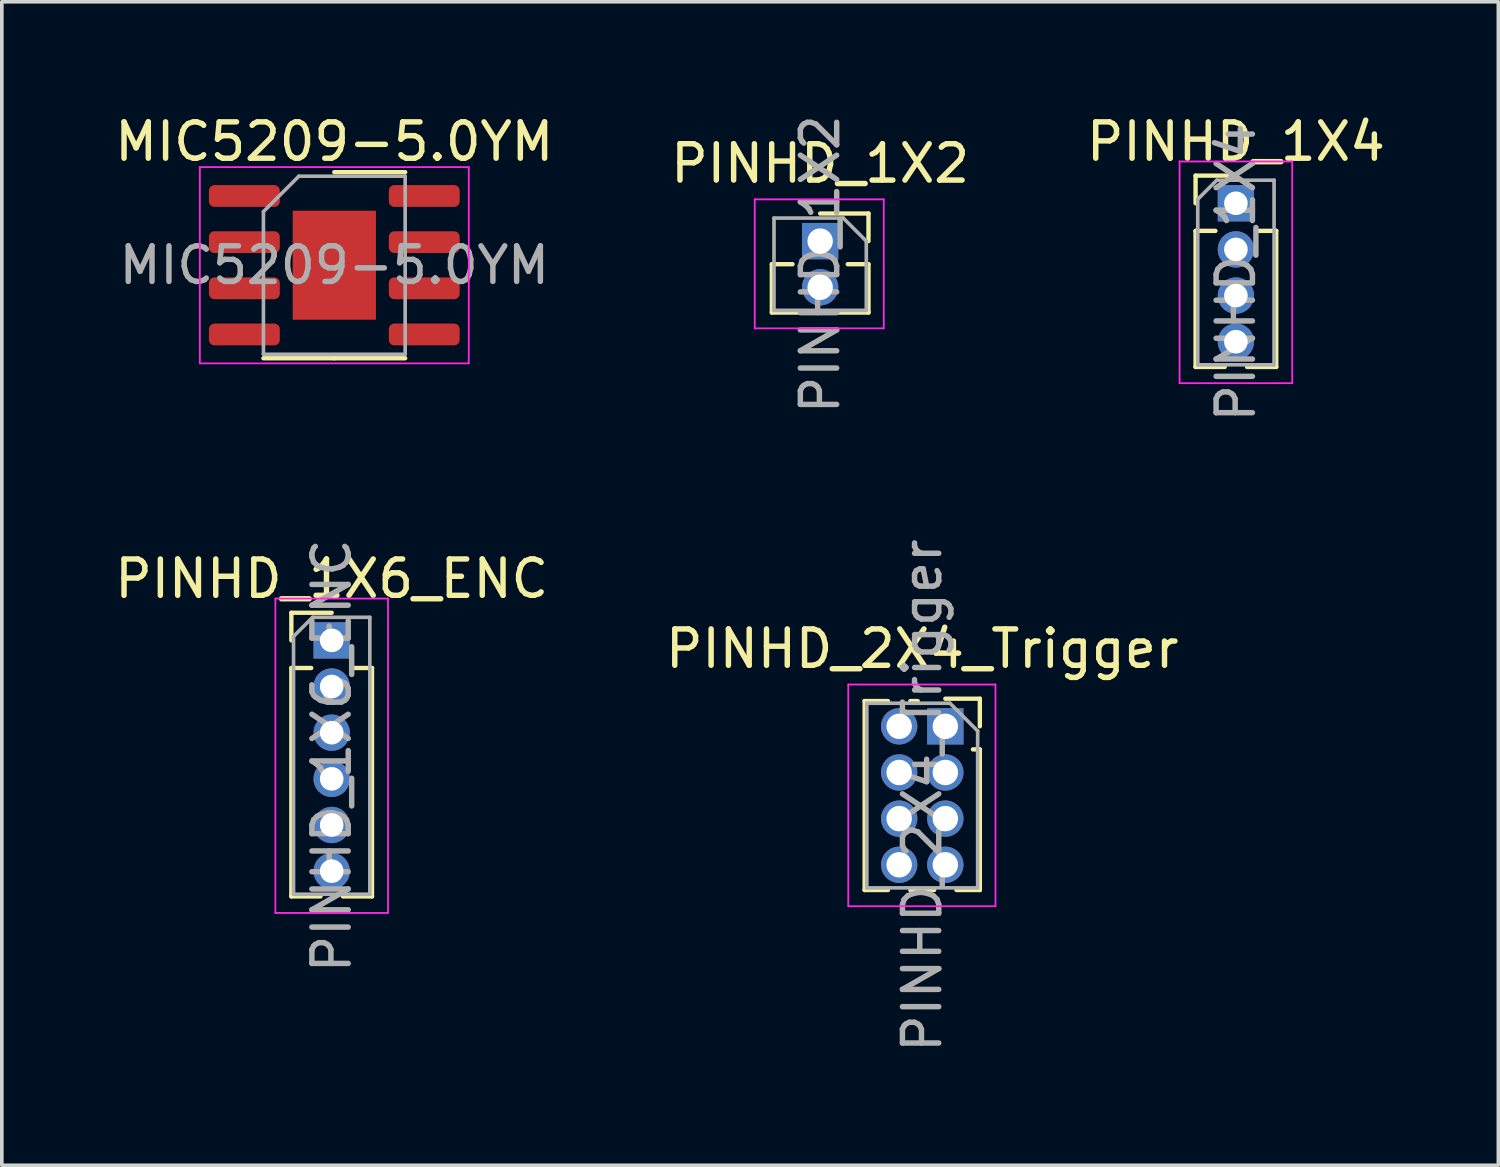
<source format=kicad_pcb>
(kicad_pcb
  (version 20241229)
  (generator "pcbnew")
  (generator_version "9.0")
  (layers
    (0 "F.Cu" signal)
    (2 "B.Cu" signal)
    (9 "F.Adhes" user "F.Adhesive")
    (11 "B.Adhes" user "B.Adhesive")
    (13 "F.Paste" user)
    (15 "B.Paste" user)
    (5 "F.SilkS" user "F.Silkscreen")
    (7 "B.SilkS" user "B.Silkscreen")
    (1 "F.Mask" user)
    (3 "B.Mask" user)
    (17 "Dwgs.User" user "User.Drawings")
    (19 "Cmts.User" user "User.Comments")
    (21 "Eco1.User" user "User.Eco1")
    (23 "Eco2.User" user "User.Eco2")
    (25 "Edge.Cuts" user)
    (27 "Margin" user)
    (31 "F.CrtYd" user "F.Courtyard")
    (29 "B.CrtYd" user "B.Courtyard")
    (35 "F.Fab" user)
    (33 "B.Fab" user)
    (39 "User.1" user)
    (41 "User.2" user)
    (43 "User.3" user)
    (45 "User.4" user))
  (footprint "PINHD_2X4_Trigger"
    (layer "F.Cu")
    (at 22.962 16.936)
    (property "Reference" "PINHD_2X4_Trigger" (at -0.635 -2.135 0) (layer "F.SilkS") (effects (font (size 1 1) (thickness 0.15))))
    (attr through_hole)
    (fp_line (start -2.22 -0.695) (end -2.22 4.505) (stroke (width 0.12) (type solid)) (layer "F.SilkS"))
    (fp_line (start -2.22 -0.695) (end -1.578 -0.695) (stroke (width 0.12) (type solid)) (layer "F.SilkS"))
    (fp_line (start -2.22 4.505) (end -1.578 4.505) (stroke (width 0.12) (type solid)) (layer "F.SilkS"))
    (fp_line (start -0.962 -0.695) (end -0.76 -0.695) (stroke (width 0.12) (type solid)) (layer "F.SilkS"))
    (fp_line (start -0.962 4.505) (end -0.308 4.505) (stroke (width 0.12) (type solid)) (layer "F.SilkS"))
    (fp_line (start 0 -0.76) (end 0.95 -0.76) (stroke (width 0.12) (type solid)) (layer "F.SilkS"))
    (fp_line (start 0.308 4.505) (end 0.95 4.505) (stroke (width 0.12) (type solid)) (layer "F.SilkS"))
    (fp_line (start 0.76 0.635) (end 0.95 0.635) (stroke (width 0.12) (type solid)) (layer "F.SilkS"))
    (fp_line (start 0.95 -0.76) (end 0.95 0) (stroke (width 0.12) (type solid)) (layer "F.SilkS"))
    (fp_line (start 0.95 0.635) (end 0.95 4.505) (stroke (width 0.12) (type solid)) (layer "F.SilkS"))
    (fp_line (start -2.67 -1.15) (end 1.38 -1.15) (stroke (width 0.05) (type solid)) (layer "F.CrtYd"))
    (fp_line (start -2.67 4.95) (end -2.67 -1.15) (stroke (width 0.05) (type solid)) (layer "F.CrtYd"))
    (fp_line (start 1.38 -1.15) (end 1.38 4.95) (stroke (width 0.05) (type solid)) (layer "F.CrtYd"))
    (fp_line (start 1.38 4.95) (end -2.67 4.95) (stroke (width 0.05) (type solid)) (layer "F.CrtYd"))
    (fp_line (start -2.16 -0.635) (end 0.128 -0.635) (stroke (width 0.1) (type solid)) (layer "F.Fab"))
    (fp_line (start -2.16 4.445) (end -2.16 -0.635) (stroke (width 0.1) (type solid)) (layer "F.Fab"))
    (fp_line (start 0.128 -0.635) (end 0.89 0.128) (stroke (width 0.1) (type solid)) (layer "F.Fab"))
    (fp_line (start 0.89 0.128) (end 0.89 4.445) (stroke (width 0.1) (type solid)) (layer "F.Fab"))
    (fp_line (start 0.89 4.445) (end -2.16 4.445) (stroke (width 0.1) (type solid)) (layer "F.Fab"))
    (fp_text user "${REFERENCE}" (at -0.635 1.905 90) (layer "F.Fab") (effects (font (size 1 1) (thickness 0.15))))
    (pad "1" thru_hole rect (at 0 0) (size 1 1) (drill 0.7) (layers "*.Cu" "*.Mask"))
    (pad "2" thru_hole oval (at -1.27 0) (size 1 1) (drill 0.7) (layers "*.Cu" "*.Mask"))
    (pad "3" thru_hole oval (at 0 1.27) (size 1 1) (drill 0.7) (layers "*.Cu" "*.Mask"))
    (pad "4" thru_hole oval (at -1.27 1.27) (size 1 1) (drill 0.7) (layers "*.Cu" "*.Mask"))
    (pad "5" thru_hole oval (at 0 2.54) (size 1 1) (drill 0.7) (layers "*.Cu" "*.Mask"))
    (pad "6" thru_hole oval (at -1.27 2.54) (size 1 1) (drill 0.7) (layers "*.Cu" "*.Mask"))
    (pad "7" thru_hole oval (at 0 3.81) (size 1 1) (drill 0.7) (layers "*.Cu" "*.Mask"))
    (pad "8" thru_hole oval (at -1.27 3.81) (size 1 1) (drill 0.7) (layers "*.Cu" "*.Mask")))
  (footprint "PINHD_1X4"
    (layer "F.Cu")
    (at 30.958 2.543)
    (property "Reference" "PINHD_1X4" (at 0 -1.695 0) (layer "F.SilkS") (effects (font (size 1 1) (thickness 0.15))))
    (attr through_hole)
    (fp_line (start -1.11 -0.76) (end 0 -0.76) (stroke (width 0.12) (type solid)) (layer "F.SilkS"))
    (fp_line (start -1.11 0) (end -1.11 -0.76) (stroke (width 0.12) (type solid)) (layer "F.SilkS"))
    (fp_line (start -1.11 0.76) (end -1.11 4.505) (stroke (width 0.12) (type solid)) (layer "F.SilkS"))
    (fp_line (start -1.11 0.76) (end -0.563 0.76) (stroke (width 0.12) (type solid)) (layer "F.SilkS"))
    (fp_line (start -1.11 4.505) (end -0.308 4.505) (stroke (width 0.12) (type solid)) (layer "F.SilkS"))
    (fp_line (start 0.308 4.505) (end 1.11 4.505) (stroke (width 0.12) (type solid)) (layer "F.SilkS"))
    (fp_line (start 0.563 0.76) (end 1.11 0.76) (stroke (width 0.12) (type solid)) (layer "F.SilkS"))
    (fp_line (start 1.11 0.76) (end 1.11 4.505) (stroke (width 0.12) (type solid)) (layer "F.SilkS"))
    (fp_line (start -1.55 -1.15) (end -1.55 4.95) (stroke (width 0.05) (type solid)) (layer "F.CrtYd"))
    (fp_line (start -1.55 4.95) (end 1.55 4.95) (stroke (width 0.05) (type solid)) (layer "F.CrtYd"))
    (fp_line (start 1.55 -1.15) (end -1.55 -1.15) (stroke (width 0.05) (type solid)) (layer "F.CrtYd"))
    (fp_line (start 1.55 4.95) (end 1.55 -1.15) (stroke (width 0.05) (type solid)) (layer "F.CrtYd"))
    (fp_line (start -1.05 -0.11) (end -0.525 -0.635) (stroke (width 0.1) (type solid)) (layer "F.Fab"))
    (fp_line (start -1.05 4.445) (end -1.05 -0.11) (stroke (width 0.1) (type solid)) (layer "F.Fab"))
    (fp_line (start -0.525 -0.635) (end 1.05 -0.635) (stroke (width 0.1) (type solid)) (layer "F.Fab"))
    (fp_line (start 1.05 -0.635) (end 1.05 4.445) (stroke (width 0.1) (type solid)) (layer "F.Fab"))
    (fp_line (start 1.05 4.445) (end -1.05 4.445) (stroke (width 0.1) (type solid)) (layer "F.Fab"))
    (fp_text user "${REFERENCE}" (at 0 1.905 90) (layer "F.Fab") (effects (font (size 1 1) (thickness 0.15))))
    (pad "1" thru_hole rect (at 0 0) (size 1 1) (drill 0.65) (layers "*.Cu" "*.Mask"))
    (pad "2" thru_hole oval (at 0 1.27) (size 1 1) (drill 0.65) (layers "*.Cu" "*.Mask"))
    (pad "3" thru_hole oval (at 0 2.54) (size 1 1) (drill 0.65) (layers "*.Cu" "*.Mask"))
    (pad "4" thru_hole oval (at 0 3.81) (size 1 1) (drill 0.65) (layers "*.Cu" "*.Mask")))
  (footprint "PINHD_1X6_ENC"
    (layer "F.Cu")
    (at 6.077 14.571)
    (property "Reference" "PINHD_1X6_ENC" (at 0 -1.695 0) (layer "F.SilkS") (effects (font (size 1 1) (thickness 0.15))))
    (attr through_hole)
    (fp_line (start -1.11 -0.76) (end 0 -0.76) (stroke (width 0.12) (type solid)) (layer "F.SilkS"))
    (fp_line (start -1.11 0) (end -1.11 -0.76) (stroke (width 0.12) (type solid)) (layer "F.SilkS"))
    (fp_line (start -1.11 0.76) (end -1.11 7.045) (stroke (width 0.12) (type solid)) (layer "F.SilkS"))
    (fp_line (start -1.11 0.76) (end -0.563 0.76) (stroke (width 0.12) (type solid)) (layer "F.SilkS"))
    (fp_line (start -1.11 7.045) (end -0.308 7.045) (stroke (width 0.12) (type solid)) (layer "F.SilkS"))
    (fp_line (start 0.308 7.045) (end 1.11 7.045) (stroke (width 0.12) (type solid)) (layer "F.SilkS"))
    (fp_line (start 0.563 0.76) (end 1.11 0.76) (stroke (width 0.12) (type solid)) (layer "F.SilkS"))
    (fp_line (start 1.11 0.76) (end 1.11 7.045) (stroke (width 0.12) (type solid)) (layer "F.SilkS"))
    (fp_line (start -1.55 -1.15) (end -1.55 7.5) (stroke (width 0.05) (type solid)) (layer "F.CrtYd"))
    (fp_line (start -1.55 7.5) (end 1.55 7.5) (stroke (width 0.05) (type solid)) (layer "F.CrtYd"))
    (fp_line (start 1.55 -1.15) (end -1.55 -1.15) (stroke (width 0.05) (type solid)) (layer "F.CrtYd"))
    (fp_line (start 1.55 7.5) (end 1.55 -1.15) (stroke (width 0.05) (type solid)) (layer "F.CrtYd"))
    (fp_line (start -1.05 -0.11) (end -0.525 -0.635) (stroke (width 0.1) (type solid)) (layer "F.Fab"))
    (fp_line (start -1.05 6.985) (end -1.05 -0.11) (stroke (width 0.1) (type solid)) (layer "F.Fab"))
    (fp_line (start -0.525 -0.635) (end 1.05 -0.635) (stroke (width 0.1) (type solid)) (layer "F.Fab"))
    (fp_line (start 1.05 -0.635) (end 1.05 6.985) (stroke (width 0.1) (type solid)) (layer "F.Fab"))
    (fp_line (start 1.05 6.985) (end -1.05 6.985) (stroke (width 0.1) (type solid)) (layer "F.Fab"))
    (fp_text user "${REFERENCE}" (at 0 3.175 90) (layer "F.Fab") (effects (font (size 1 1) (thickness 0.15))))
    (pad "1" thru_hole rect (at 0 0) (size 1 1) (drill 0.65) (layers "*.Cu" "*.Mask"))
    (pad "2" thru_hole oval (at 0 1.27) (size 1 1) (drill 0.65) (layers "*.Cu" "*.Mask"))
    (pad "3" thru_hole oval (at 0 2.54) (size 1 1) (drill 0.65) (layers "*.Cu" "*.Mask"))
    (pad "4" thru_hole oval (at 0 3.81) (size 1 1) (drill 0.65) (layers "*.Cu" "*.Mask"))
    (pad "5" thru_hole oval (at 0 5.08) (size 1 1) (drill 0.65) (layers "*.Cu" "*.Mask"))
    (pad "6" thru_hole oval (at 0 6.35) (size 1 1) (drill 0.65) (layers "*.Cu" "*.Mask")))
  (footprint "MIC5209-5.0YM"
    (layer "F.Cu")
    (at 6.149 4.248)
    (property "Reference" "MIC5209-5.0YM" (at 0 -3.4 0) (layer "F.SilkS") (effects (font (size 1 1) (thickness 0.15))))
    (attr smd)
    (fp_line (start 0 -2.56) (end 1.95 -2.56) (stroke (width 0.12) (type solid)) (layer "F.SilkS"))
    (fp_line (start 0 2.56) (end -1.95 2.56) (stroke (width 0.12) (type solid)) (layer "F.SilkS"))
    (fp_line (start 0 2.56) (end 1.95 2.56) (stroke (width 0.12) (type solid)) (layer "F.SilkS"))
    (fp_line (start -3.7 -2.7) (end -3.7 2.7) (stroke (width 0.05) (type solid)) (layer "F.CrtYd"))
    (fp_line (start -3.7 2.7) (end 3.7 2.7) (stroke (width 0.05) (type solid)) (layer "F.CrtYd"))
    (fp_line (start 3.7 -2.7) (end -3.7 -2.7) (stroke (width 0.05) (type solid)) (layer "F.CrtYd"))
    (fp_line (start 3.7 2.7) (end 3.7 -2.7) (stroke (width 0.05) (type solid)) (layer "F.CrtYd"))
    (fp_line (start -1.95 -1.475) (end -0.975 -2.45) (stroke (width 0.1) (type solid)) (layer "F.Fab"))
    (fp_line (start -1.95 2.45) (end -1.95 -1.475) (stroke (width 0.1) (type solid)) (layer "F.Fab"))
    (fp_line (start -0.975 -2.45) (end 1.95 -2.45) (stroke (width 0.1) (type solid)) (layer "F.Fab"))
    (fp_line (start 1.95 -2.45) (end 1.95 2.45) (stroke (width 0.1) (type solid)) (layer "F.Fab"))
    (fp_line (start 1.95 2.45) (end -1.95 2.45) (stroke (width 0.1) (type solid)) (layer "F.Fab"))
    (fp_text user "${REFERENCE}" (at 0 0 0) (layer "F.Fab") (effects (font (size 0.98 0.98) (thickness 0.15))))
    (pad "" smd roundrect (at -0.57 -0.75) (size 0.92 1.21) (layers "F.Paste") (roundrect_rratio 0.25))
    (pad "" smd roundrect (at -0.57 0.75) (size 0.92 1.21) (layers "F.Paste") (roundrect_rratio 0.25))
    (pad "" smd roundrect (at 0.57 -0.75) (size 0.92 1.21) (layers "F.Paste") (roundrect_rratio 0.25))
    (pad "" smd roundrect (at 0.57 0.75) (size 0.92 1.21) (layers "F.Paste") (roundrect_rratio 0.25))
    (pad "1" smd roundrect (at -2.475 -1.905) (size 1.95 0.6) (layers "F.Cu" "F.Mask" "F.Paste") (roundrect_rratio 0.25))
    (pad "2" smd roundrect (at -2.475 -0.635) (size 1.95 0.6) (layers "F.Cu" "F.Mask" "F.Paste") (roundrect_rratio 0.25))
    (pad "3" smd roundrect (at -2.475 0.635) (size 1.95 0.6) (layers "F.Cu" "F.Mask" "F.Paste") (roundrect_rratio 0.25))
    (pad "4" smd roundrect (at -2.475 1.905) (size 1.95 0.6) (layers "F.Cu" "F.Mask" "F.Paste") (roundrect_rratio 0.25))
    (pad "5" smd roundrect (at 2.475 1.905) (size 1.95 0.6) (layers "F.Cu" "F.Mask" "F.Paste") (roundrect_rratio 0.25))
    (pad "6" smd roundrect (at 2.475 0.635) (size 1.95 0.6) (layers "F.Cu" "F.Mask" "F.Paste") (roundrect_rratio 0.25))
    (pad "7" smd roundrect (at 2.475 -0.635) (size 1.95 0.6) (layers "F.Cu" "F.Mask" "F.Paste") (roundrect_rratio 0.25))
    (pad "8" smd roundrect (at 2.475 -1.905) (size 1.95 0.6) (layers "F.Cu" "F.Mask" "F.Paste") (roundrect_rratio 0.25))
    (pad "9" smd rect (at 0 0) (size 2.29 3) (layers "F.Cu" "F.Mask")))
  (footprint "PINHD_1X2"
    (layer "F.Cu")
    (at 19.518 3.585)
    (property "Reference" "PINHD_1X2" (at 0 -2.135 0) (layer "F.SilkS") (effects (font (size 1 1) (thickness 0.15))))
    (attr through_hole)
    (fp_line (start -1.33 0.635) (end -1.33 1.965) (stroke (width 0.12) (type solid)) (layer "F.SilkS"))
    (fp_line (start -1.33 0.635) (end -0.76 0.635) (stroke (width 0.12) (type solid)) (layer "F.SilkS"))
    (fp_line (start -1.33 1.965) (end -0.308 1.965) (stroke (width 0.12) (type solid)) (layer "F.SilkS"))
    (fp_line (start 0 -0.76) (end 1.33 -0.76) (stroke (width 0.12) (type solid)) (layer "F.SilkS"))
    (fp_line (start 0.308 1.965) (end 1.33 1.965) (stroke (width 0.12) (type solid)) (layer "F.SilkS"))
    (fp_line (start 0.76 0.635) (end 1.33 0.635) (stroke (width 0.12) (type solid)) (layer "F.SilkS"))
    (fp_line (start 1.33 -0.76) (end 1.33 0) (stroke (width 0.12) (type solid)) (layer "F.SilkS"))
    (fp_line (start 1.33 0.635) (end 1.33 1.965) (stroke (width 0.12) (type solid)) (layer "F.SilkS"))
    (fp_line (start -1.8 -1.15) (end 1.75 -1.15) (stroke (width 0.05) (type solid)) (layer "F.CrtYd"))
    (fp_line (start -1.8 2.4) (end -1.8 -1.15) (stroke (width 0.05) (type solid)) (layer "F.CrtYd"))
    (fp_line (start 1.75 -1.15) (end 1.75 2.4) (stroke (width 0.05) (type solid)) (layer "F.CrtYd"))
    (fp_line (start 1.75 2.4) (end -1.8 2.4) (stroke (width 0.05) (type solid)) (layer "F.CrtYd"))
    (fp_line (start -1.27 -0.635) (end 0.635 -0.635) (stroke (width 0.1) (type solid)) (layer "F.Fab"))
    (fp_line (start -1.27 1.905) (end -1.27 -0.635) (stroke (width 0.1) (type solid)) (layer "F.Fab"))
    (fp_line (start 0.635 -0.635) (end 1.27 0) (stroke (width 0.1) (type solid)) (layer "F.Fab"))
    (fp_line (start 1.27 0) (end 1.27 1.905) (stroke (width 0.1) (type solid)) (layer "F.Fab"))
    (fp_line (start 1.27 1.905) (end -1.27 1.905) (stroke (width 0.1) (type solid)) (layer "F.Fab"))
    (fp_text user "${REFERENCE}" (at 0 0.635 90) (layer "F.Fab") (effects (font (size 1 1) (thickness 0.15))))
    (pad "1" thru_hole rect (at 0 0) (size 1 1) (drill 0.7) (layers "*.Cu" "*.Mask"))
    (pad "2" thru_hole oval (at 0 1.27) (size 1 1) (drill 0.7) (layers "*.Cu" "*.Mask")))
  (gr_rect
    (start -3 -3)
    (end 38.179 29.014)
    (stroke (width 0.1) (type default))
    (fill no)
    (layer "Edge.Cuts")))
</source>
